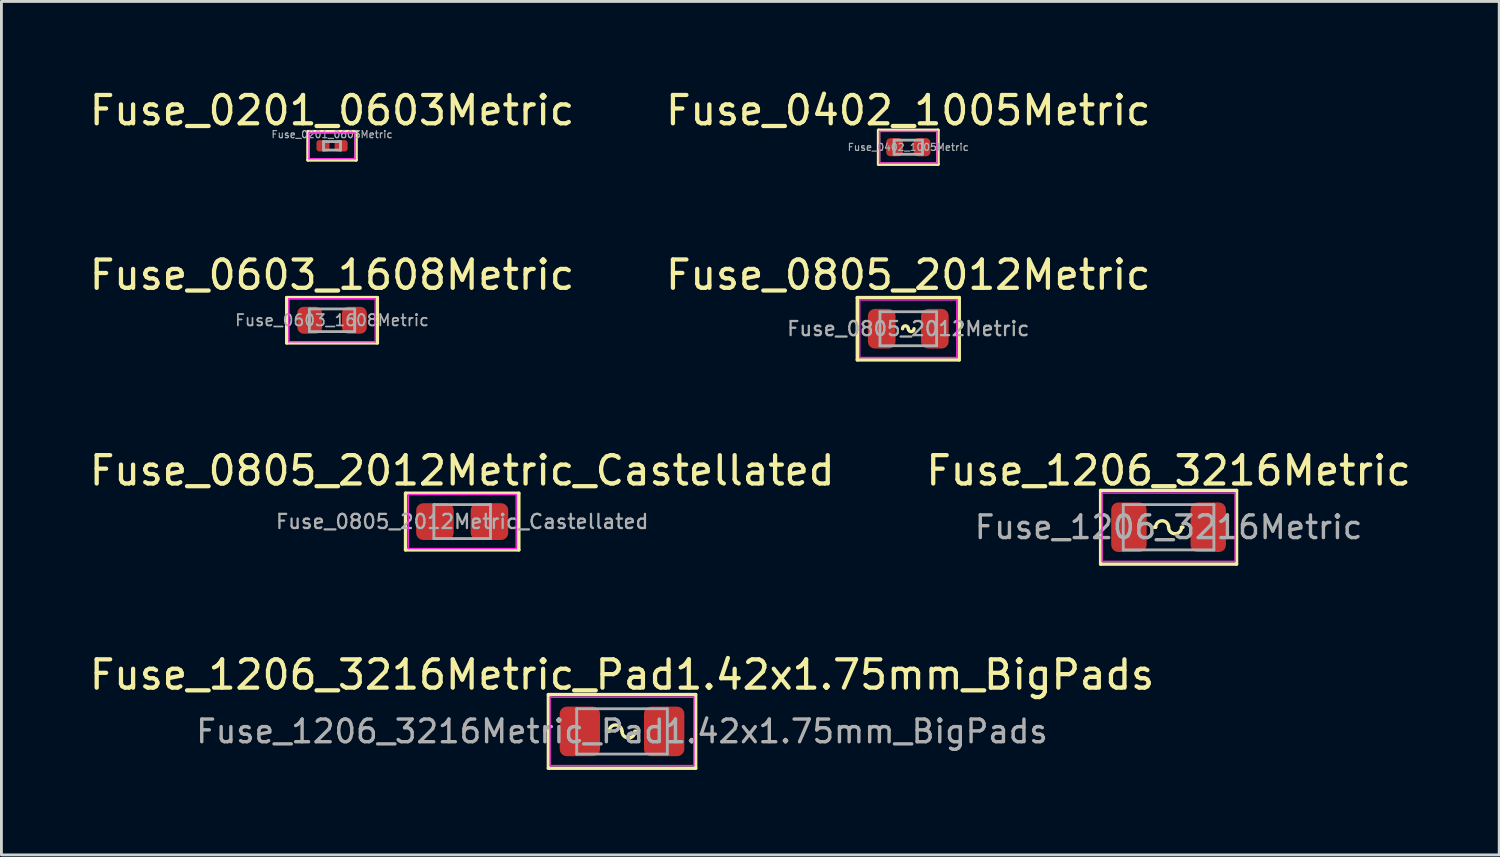
<source format=kicad_pcb>
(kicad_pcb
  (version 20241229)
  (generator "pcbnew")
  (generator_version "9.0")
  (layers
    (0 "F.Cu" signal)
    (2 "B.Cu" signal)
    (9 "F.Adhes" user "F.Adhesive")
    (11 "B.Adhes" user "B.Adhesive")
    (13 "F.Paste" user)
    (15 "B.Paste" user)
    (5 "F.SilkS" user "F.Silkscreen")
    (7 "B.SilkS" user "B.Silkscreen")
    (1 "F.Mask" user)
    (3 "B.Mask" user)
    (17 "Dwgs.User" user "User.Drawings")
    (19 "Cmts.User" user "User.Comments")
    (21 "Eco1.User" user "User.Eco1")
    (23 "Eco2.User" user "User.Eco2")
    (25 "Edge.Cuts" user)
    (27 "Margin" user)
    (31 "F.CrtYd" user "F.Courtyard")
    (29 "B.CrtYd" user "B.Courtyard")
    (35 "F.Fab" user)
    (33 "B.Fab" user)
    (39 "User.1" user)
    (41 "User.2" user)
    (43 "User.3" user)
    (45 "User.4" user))
  (footprint "Fuse_0402_1005Metric"
    (layer "F.Cu")
    (at 29.018 2.148)
    (property "Reference" "Fuse_0402_1005Metric" (at 0 -1.3 0) (layer "F.SilkS") (effects (font (size 1 1) (thickness 0.15))))
    (attr smd)
    (fp_line (start -1.05 -0.6) (end -1.05 0.6) (stroke (width 0.12) (type solid)) (layer "F.SilkS"))
    (fp_line (start -1.05 0.6) (end 1.05 0.6) (stroke (width 0.12) (type solid)) (layer "F.SilkS"))
    (fp_line (start 1.05 -0.6) (end -1.05 -0.6) (stroke (width 0.12) (type solid)) (layer "F.SilkS"))
    (fp_line (start 1.05 0.6) (end 1.05 -0.6) (stroke (width 0.12) (type solid)) (layer "F.SilkS"))
    (fp_line (start -1.016 -0.559) (end 1.016 -0.559) (stroke (width 0.05) (type solid)) (layer "F.CrtYd"))
    (fp_line (start -1.016 0.559) (end -1.016 -0.559) (stroke (width 0.05) (type solid)) (layer "F.CrtYd"))
    (fp_line (start 1.016 -0.559) (end 1.016 0.559) (stroke (width 0.05) (type solid)) (layer "F.CrtYd"))
    (fp_line (start 1.016 0.559) (end -1.016 0.559) (stroke (width 0.05) (type solid)) (layer "F.CrtYd"))
    (fp_line (start -0.5 -0.25) (end 0.5 -0.25) (stroke (width 0.1) (type solid)) (layer "F.Fab"))
    (fp_line (start -0.5 0.25) (end -0.5 -0.25) (stroke (width 0.1) (type solid)) (layer "F.Fab"))
    (fp_line (start 0.5 -0.25) (end 0.5 0.25) (stroke (width 0.1) (type solid)) (layer "F.Fab"))
    (fp_line (start 0.5 0.25) (end -0.5 0.25) (stroke (width 0.1) (type solid)) (layer "F.Fab"))
    (fp_text user "${REFERENCE}" (at 0 0 0) (layer "F.Fab") (effects (font (size 0.25 0.25) (thickness 0.04))))
    (pad "1" smd roundrect (at -0.485 0) (size 0.59 0.64) (layers "F.Cu" "F.Mask" "F.Paste") (roundrect_rratio 0.25))
    (pad "2" smd roundrect (at 0.485 0) (size 0.59 0.64) (layers "F.Cu" "F.Mask" "F.Paste") (roundrect_rratio 0.25)))
  (footprint "Fuse_1206_3216Metric"
    (layer "F.Cu")
    (at 38.208 15.565)
    (property "Reference" "Fuse_1206_3216Metric" (at 0 -2 0) (layer "F.SilkS") (effects (font (size 1 1) (thickness 0.15))))
    (attr smd)
    (fp_line (start -2.4 -1.3) (end -2.4 1.3) (stroke (width 0.12) (type solid)) (layer "F.SilkS"))
    (fp_line (start -2.4 1.3) (end 2.4 1.3) (stroke (width 0.12) (type solid)) (layer "F.SilkS"))
    (fp_line (start -0.457 0) (end -0.508 0) (stroke (width 0.12) (type solid)) (layer "F.SilkS"))
    (fp_line (start 0.457 0) (end 0.508 0) (stroke (width 0.12) (type solid)) (layer "F.SilkS"))
    (fp_line (start 2.4 -1.3) (end -2.4 -1.3) (stroke (width 0.12) (type solid)) (layer "F.SilkS"))
    (fp_line (start 2.4 1.3) (end 2.4 -1.3) (stroke (width 0.12) (type solid)) (layer "F.SilkS"))
    (fp_arc (start -0.4572 0) (mid -0.2286 -0.2286) (end 0 0) (stroke (width 0.12) (type solid)) (layer "F.SilkS"))
    (fp_arc (start 0.4572 0) (mid 0.2286 0.2286) (end 0 0) (stroke (width 0.12) (type solid)) (layer "F.SilkS"))
    (fp_line (start -2.349 -1.206) (end 2.349 -1.206) (stroke (width 0.05) (type solid)) (layer "F.CrtYd"))
    (fp_line (start -2.349 1.206) (end -2.349 -1.206) (stroke (width 0.05) (type solid)) (layer "F.CrtYd"))
    (fp_line (start 2.349 -1.206) (end 2.349 1.206) (stroke (width 0.05) (type solid)) (layer "F.CrtYd"))
    (fp_line (start 2.349 1.206) (end -2.349 1.206) (stroke (width 0.05) (type solid)) (layer "F.CrtYd"))
    (fp_line (start -1.6 -0.8) (end 1.6 -0.8) (stroke (width 0.1) (type solid)) (layer "F.Fab"))
    (fp_line (start -1.6 0.8) (end -1.6 -0.8) (stroke (width 0.1) (type solid)) (layer "F.Fab"))
    (fp_line (start 1.6 -0.8) (end 1.6 0.8) (stroke (width 0.1) (type solid)) (layer "F.Fab"))
    (fp_line (start 1.6 0.8) (end -1.6 0.8) (stroke (width 0.1) (type solid)) (layer "F.Fab"))
    (fp_text user "${REFERENCE}" (at 0 0 0) (layer "F.Fab") (effects (font (size 0.8 0.8) (thickness 0.12))))
    (pad "1" smd roundrect (at -1.4 0) (size 1.25 1.75) (layers "F.Cu" "F.Mask" "F.Paste") (roundrect_rratio 0.2))
    (pad "2" smd roundrect (at 1.4 0) (size 1.25 1.75) (layers "F.Cu" "F.Mask" "F.Paste") (roundrect_rratio 0.2)))
  (footprint "Fuse_0603_1608Metric"
    (layer "F.Cu")
    (at 8.673 8.257)
    (property "Reference" "Fuse_0603_1608Metric" (at 0 -1.6 0) (layer "F.SilkS") (effects (font (size 1 1) (thickness 0.15))))
    (attr smd)
    (fp_line (start -1.6 -0.8) (end -1.6 0.8) (stroke (width 0.12) (type solid)) (layer "F.SilkS"))
    (fp_line (start -1.6 0.8) (end 1.6 0.8) (stroke (width 0.12) (type solid)) (layer "F.SilkS"))
    (fp_line (start 1.6 -0.8) (end -1.6 -0.8) (stroke (width 0.12) (type solid)) (layer "F.SilkS"))
    (fp_line (start 1.6 0.8) (end 1.6 -0.8) (stroke (width 0.12) (type solid)) (layer "F.SilkS"))
    (fp_line (start -1.524 -0.762) (end 1.524 -0.762) (stroke (width 0.05) (type solid)) (layer "F.CrtYd"))
    (fp_line (start -1.524 0.762) (end -1.524 -0.762) (stroke (width 0.05) (type solid)) (layer "F.CrtYd"))
    (fp_line (start 1.524 -0.762) (end 1.524 0.762) (stroke (width 0.05) (type solid)) (layer "F.CrtYd"))
    (fp_line (start 1.524 0.762) (end -1.524 0.762) (stroke (width 0.05) (type solid)) (layer "F.CrtYd"))
    (fp_line (start -0.8 -0.4) (end 0.8 -0.4) (stroke (width 0.1) (type solid)) (layer "F.Fab"))
    (fp_line (start -0.8 0.4) (end -0.8 -0.4) (stroke (width 0.1) (type solid)) (layer "F.Fab"))
    (fp_line (start 0.8 -0.4) (end 0.8 0.4) (stroke (width 0.1) (type solid)) (layer "F.Fab"))
    (fp_line (start 0.8 0.4) (end -0.8 0.4) (stroke (width 0.1) (type solid)) (layer "F.Fab"))
    (fp_text user "${REFERENCE}" (at 0 0 0) (layer "F.Fab") (effects (font (size 0.4 0.4) (thickness 0.06))))
    (pad "1" smd roundrect (at -0.787 0) (size 0.875 0.95) (layers "F.Cu" "F.Mask" "F.Paste") (roundrect_rratio 0.25))
    (pad "2" smd roundrect (at 0.787 0) (size 0.875 0.95) (layers "F.Cu" "F.Mask" "F.Paste") (roundrect_rratio 0.25)))
  (footprint "Fuse_1206_3216Metric_Pad1.42x1.75mm_BigPads"
    (layer "F.Cu")
    (at 18.911 22.773)
    (property "Reference" "Fuse_1206_3216Metric_Pad1.42x1.75mm_BigPads" (at 0 -2 0) (layer "F.SilkS") (effects (font (size 1 1) (thickness 0.15))))
    (attr smd)
    (fp_line (start -2.6 -1.3) (end -2.6 1.3) (stroke (width 0.12) (type solid)) (layer "F.SilkS"))
    (fp_line (start -2.6 1.3) (end 2.6 1.3) (stroke (width 0.12) (type solid)) (layer "F.SilkS"))
    (fp_line (start -2.5 -1.3) (end -2.6 -1.3) (stroke (width 0.12) (type solid)) (layer "F.SilkS"))
    (fp_line (start -0.457 0) (end -0.508 0) (stroke (width 0.12) (type solid)) (layer "F.SilkS"))
    (fp_line (start 0.457 0) (end 0.508 0) (stroke (width 0.12) (type solid)) (layer "F.SilkS"))
    (fp_line (start 2.6 -1.3) (end -2.5 -1.3) (stroke (width 0.12) (type solid)) (layer "F.SilkS"))
    (fp_line (start 2.6 1.3) (end 2.6 -1.3) (stroke (width 0.12) (type solid)) (layer "F.SilkS"))
    (fp_arc (start -0.4572 0) (mid -0.2286 -0.2286) (end 0 0) (stroke (width 0.12) (type solid)) (layer "F.SilkS"))
    (fp_arc (start 0.4572 0) (mid 0.2286 0.2286) (end 0 0) (stroke (width 0.12) (type solid)) (layer "F.SilkS"))
    (fp_line (start -2.54 -1.206) (end 2.54 -1.206) (stroke (width 0.05) (type solid)) (layer "F.CrtYd"))
    (fp_line (start -2.54 1.206) (end -2.54 -1.206) (stroke (width 0.05) (type solid)) (layer "F.CrtYd"))
    (fp_line (start 2.54 -1.206) (end 2.54 1.206) (stroke (width 0.05) (type solid)) (layer "F.CrtYd"))
    (fp_line (start 2.54 1.206) (end -2.54 1.206) (stroke (width 0.05) (type solid)) (layer "F.CrtYd"))
    (fp_line (start -1.6 -0.8) (end 1.6 -0.8) (stroke (width 0.1) (type solid)) (layer "F.Fab"))
    (fp_line (start -1.6 0.8) (end -1.6 -0.8) (stroke (width 0.1) (type solid)) (layer "F.Fab"))
    (fp_line (start 1.6 -0.8) (end 1.6 0.8) (stroke (width 0.1) (type solid)) (layer "F.Fab"))
    (fp_line (start 1.6 0.8) (end -1.6 0.8) (stroke (width 0.1) (type solid)) (layer "F.Fab"))
    (fp_text user "${REFERENCE}" (at 0 0 0) (layer "F.Fab") (effects (font (size 0.8 0.8) (thickness 0.12))))
    (pad "1" smd roundrect (at -1.488 0) (size 1.425 1.75) (layers "F.Cu" "F.Mask" "F.Paste") (roundrect_rratio 0.175))
    (pad "2" smd roundrect (at 1.488 0) (size 1.425 1.75) (layers "F.Cu" "F.Mask" "F.Paste") (roundrect_rratio 0.175)))
  (footprint "Fuse_0805_2012Metric"
    (layer "F.Cu")
    (at 29.018 8.556)
    (property "Reference" "Fuse_0805_2012Metric" (at 0 -1.9 0) (layer "F.SilkS") (effects (font (size 1 1) (thickness 0.15))))
    (attr smd)
    (fp_line (start -1.8 -1.1) (end -1.8 1.1) (stroke (width 0.12) (type solid)) (layer "F.SilkS"))
    (fp_line (start -1.8 1.1) (end 1.8 1.1) (stroke (width 0.12) (type solid)) (layer "F.SilkS"))
    (fp_line (start 1.8 -1.1) (end -1.8 -1.1) (stroke (width 0.12) (type solid)) (layer "F.SilkS"))
    (fp_line (start 1.8 1.1) (end 1.8 -1.1) (stroke (width 0.12) (type solid)) (layer "F.SilkS"))
    (fp_arc (start -0.2032 0) (mid -0.1016 -0.1016) (end 0 0) (stroke (width 0.12) (type solid)) (layer "F.SilkS"))
    (fp_arc (start 0.2032 0) (mid 0.1016 0.1016) (end 0 0) (stroke (width 0.12) (type solid)) (layer "F.SilkS"))
    (fp_line (start -1.714 -1.016) (end 1.714 -1.016) (stroke (width 0.05) (type solid)) (layer "F.CrtYd"))
    (fp_line (start -1.714 1.016) (end -1.714 -1.016) (stroke (width 0.05) (type solid)) (layer "F.CrtYd"))
    (fp_line (start 1.714 -1.016) (end 1.714 1.016) (stroke (width 0.05) (type solid)) (layer "F.CrtYd"))
    (fp_line (start 1.714 1.016) (end -1.714 1.016) (stroke (width 0.05) (type solid)) (layer "F.CrtYd"))
    (fp_line (start -1 -0.6) (end 1 -0.6) (stroke (width 0.1) (type solid)) (layer "F.Fab"))
    (fp_line (start -1 0.6) (end -1 -0.6) (stroke (width 0.1) (type solid)) (layer "F.Fab"))
    (fp_line (start 1 -0.6) (end 1 0.6) (stroke (width 0.1) (type solid)) (layer "F.Fab"))
    (fp_line (start 1 0.6) (end -1 0.6) (stroke (width 0.1) (type solid)) (layer "F.Fab"))
    (fp_text user "${REFERENCE}" (at 0 0 0) (layer "F.Fab") (effects (font (size 0.5 0.5) (thickness 0.08))))
    (pad "1" smd roundrect (at -0.938 0) (size 0.975 1.4) (layers "F.Cu" "F.Mask" "F.Paste") (roundrect_rratio 0.25))
    (pad "2" smd roundrect (at 0.938 0) (size 0.975 1.4) (layers "F.Cu" "F.Mask" "F.Paste") (roundrect_rratio 0.25)))
  (footprint "Fuse_0201_0603Metric"
    (layer "F.Cu")
    (at 8.673 2.098)
    (property "Reference" "Fuse_0201_0603Metric" (at 0 -1.25 0) (layer "F.SilkS") (effects (font (size 1 1) (thickness 0.15))))
    (attr smd)
    (fp_line (start -0.85 -0.5) (end -0.85 0.5) (stroke (width 0.12) (type solid)) (layer "F.SilkS"))
    (fp_line (start -0.85 0.5) (end 0.85 0.5) (stroke (width 0.12) (type solid)) (layer "F.SilkS"))
    (fp_line (start -0.8 -0.5) (end -0.85 -0.5) (stroke (width 0.12) (type solid)) (layer "F.SilkS"))
    (fp_line (start 0.85 -0.5) (end -0.8 -0.5) (stroke (width 0.12) (type solid)) (layer "F.SilkS"))
    (fp_line (start 0.85 0.5) (end 0.85 -0.5) (stroke (width 0.12) (type solid)) (layer "F.SilkS"))
    (fp_line (start -0.813 -0.457) (end 0.813 -0.457) (stroke (width 0.05) (type solid)) (layer "F.CrtYd"))
    (fp_line (start -0.813 0.457) (end -0.813 -0.457) (stroke (width 0.05) (type solid)) (layer "F.CrtYd"))
    (fp_line (start 0.813 -0.457) (end 0.813 0.457) (stroke (width 0.05) (type solid)) (layer "F.CrtYd"))
    (fp_line (start 0.813 0.457) (end -0.813 0.457) (stroke (width 0.05) (type solid)) (layer "F.CrtYd"))
    (fp_line (start -0.3 -0.15) (end 0.3 -0.15) (stroke (width 0.1) (type solid)) (layer "F.Fab"))
    (fp_line (start -0.3 0.15) (end -0.3 -0.15) (stroke (width 0.1) (type solid)) (layer "F.Fab"))
    (fp_line (start 0.3 -0.15) (end 0.3 0.15) (stroke (width 0.1) (type solid)) (layer "F.Fab"))
    (fp_line (start 0.3 0.15) (end -0.3 0.15) (stroke (width 0.1) (type solid)) (layer "F.Fab"))
    (fp_text user "${REFERENCE}" (at 0 -0.4 0) (layer "F.Fab") (effects (font (size 0.25 0.25) (thickness 0.04))))
    (pad "" smd roundrect (at -0.345 0) (size 0.318 0.36) (layers "F.Paste") (roundrect_rratio 0.25))
    (pad "" smd roundrect (at 0.345 0) (size 0.318 0.36) (layers "F.Paste") (roundrect_rratio 0.25))
    (pad "1" smd roundrect (at -0.32 0) (size 0.46 0.4) (layers "F.Cu" "F.Mask") (roundrect_rratio 0.25))
    (pad "2" smd roundrect (at 0.32 0) (size 0.46 0.4) (layers "F.Cu" "F.Mask") (roundrect_rratio 0.25)))
  (footprint "Fuse_0805_2012Metric_Castellated"
    (layer "F.Cu")
    (at 13.268 15.365)
    (property "Reference" "Fuse_0805_2012Metric_Castellated" (at 0 -1.8 0) (layer "F.SilkS") (effects (font (size 1 1) (thickness 0.15))))
    (attr smd)
    (fp_line (start -2 -1) (end -2 1) (stroke (width 0.12) (type solid)) (layer "F.SilkS"))
    (fp_line (start -2 1) (end 2 1) (stroke (width 0.12) (type solid)) (layer "F.SilkS"))
    (fp_line (start 2 -1) (end -2 -1) (stroke (width 0.12) (type solid)) (layer "F.SilkS"))
    (fp_line (start 2 1) (end 2 -1) (stroke (width 0.12) (type solid)) (layer "F.SilkS"))
    (fp_line (start -1.905 -0.953) (end 1.905 -0.953) (stroke (width 0.05) (type solid)) (layer "F.CrtYd"))
    (fp_line (start -1.905 0.953) (end -1.905 -0.953) (stroke (width 0.05) (type solid)) (layer "F.CrtYd"))
    (fp_line (start 1.905 -0.953) (end 1.905 0.953) (stroke (width 0.05) (type solid)) (layer "F.CrtYd"))
    (fp_line (start 1.905 0.953) (end -1.905 0.953) (stroke (width 0.05) (type solid)) (layer "F.CrtYd"))
    (fp_line (start -1 -0.6) (end 1 -0.6) (stroke (width 0.1) (type solid)) (layer "F.Fab"))
    (fp_line (start -1 0.6) (end -1 -0.6) (stroke (width 0.1) (type solid)) (layer "F.Fab"))
    (fp_line (start 1 -0.6) (end 1 0.6) (stroke (width 0.1) (type solid)) (layer "F.Fab"))
    (fp_line (start 1 0.6) (end -1 0.6) (stroke (width 0.1) (type solid)) (layer "F.Fab"))
    (fp_text user "${REFERENCE}" (at 0 0 0) (layer "F.Fab") (effects (font (size 0.5 0.5) (thickness 0.08))))
    (pad "1" smd roundrect (at -0.963 0) (size 1.325 1.3) (layers "F.Cu" "F.Mask" "F.Paste") (roundrect_rratio 0.192))
    (pad "2" smd roundrect (at 0.963 0) (size 1.325 1.3) (layers "F.Cu" "F.Mask" "F.Paste") (roundrect_rratio 0.192)))
  (gr_rect
    (start -3 -3)
    (end 49.881 27.133)
    (stroke (width 0.1) (type default))
    (fill no)
    (layer "Edge.Cuts")))
</source>
